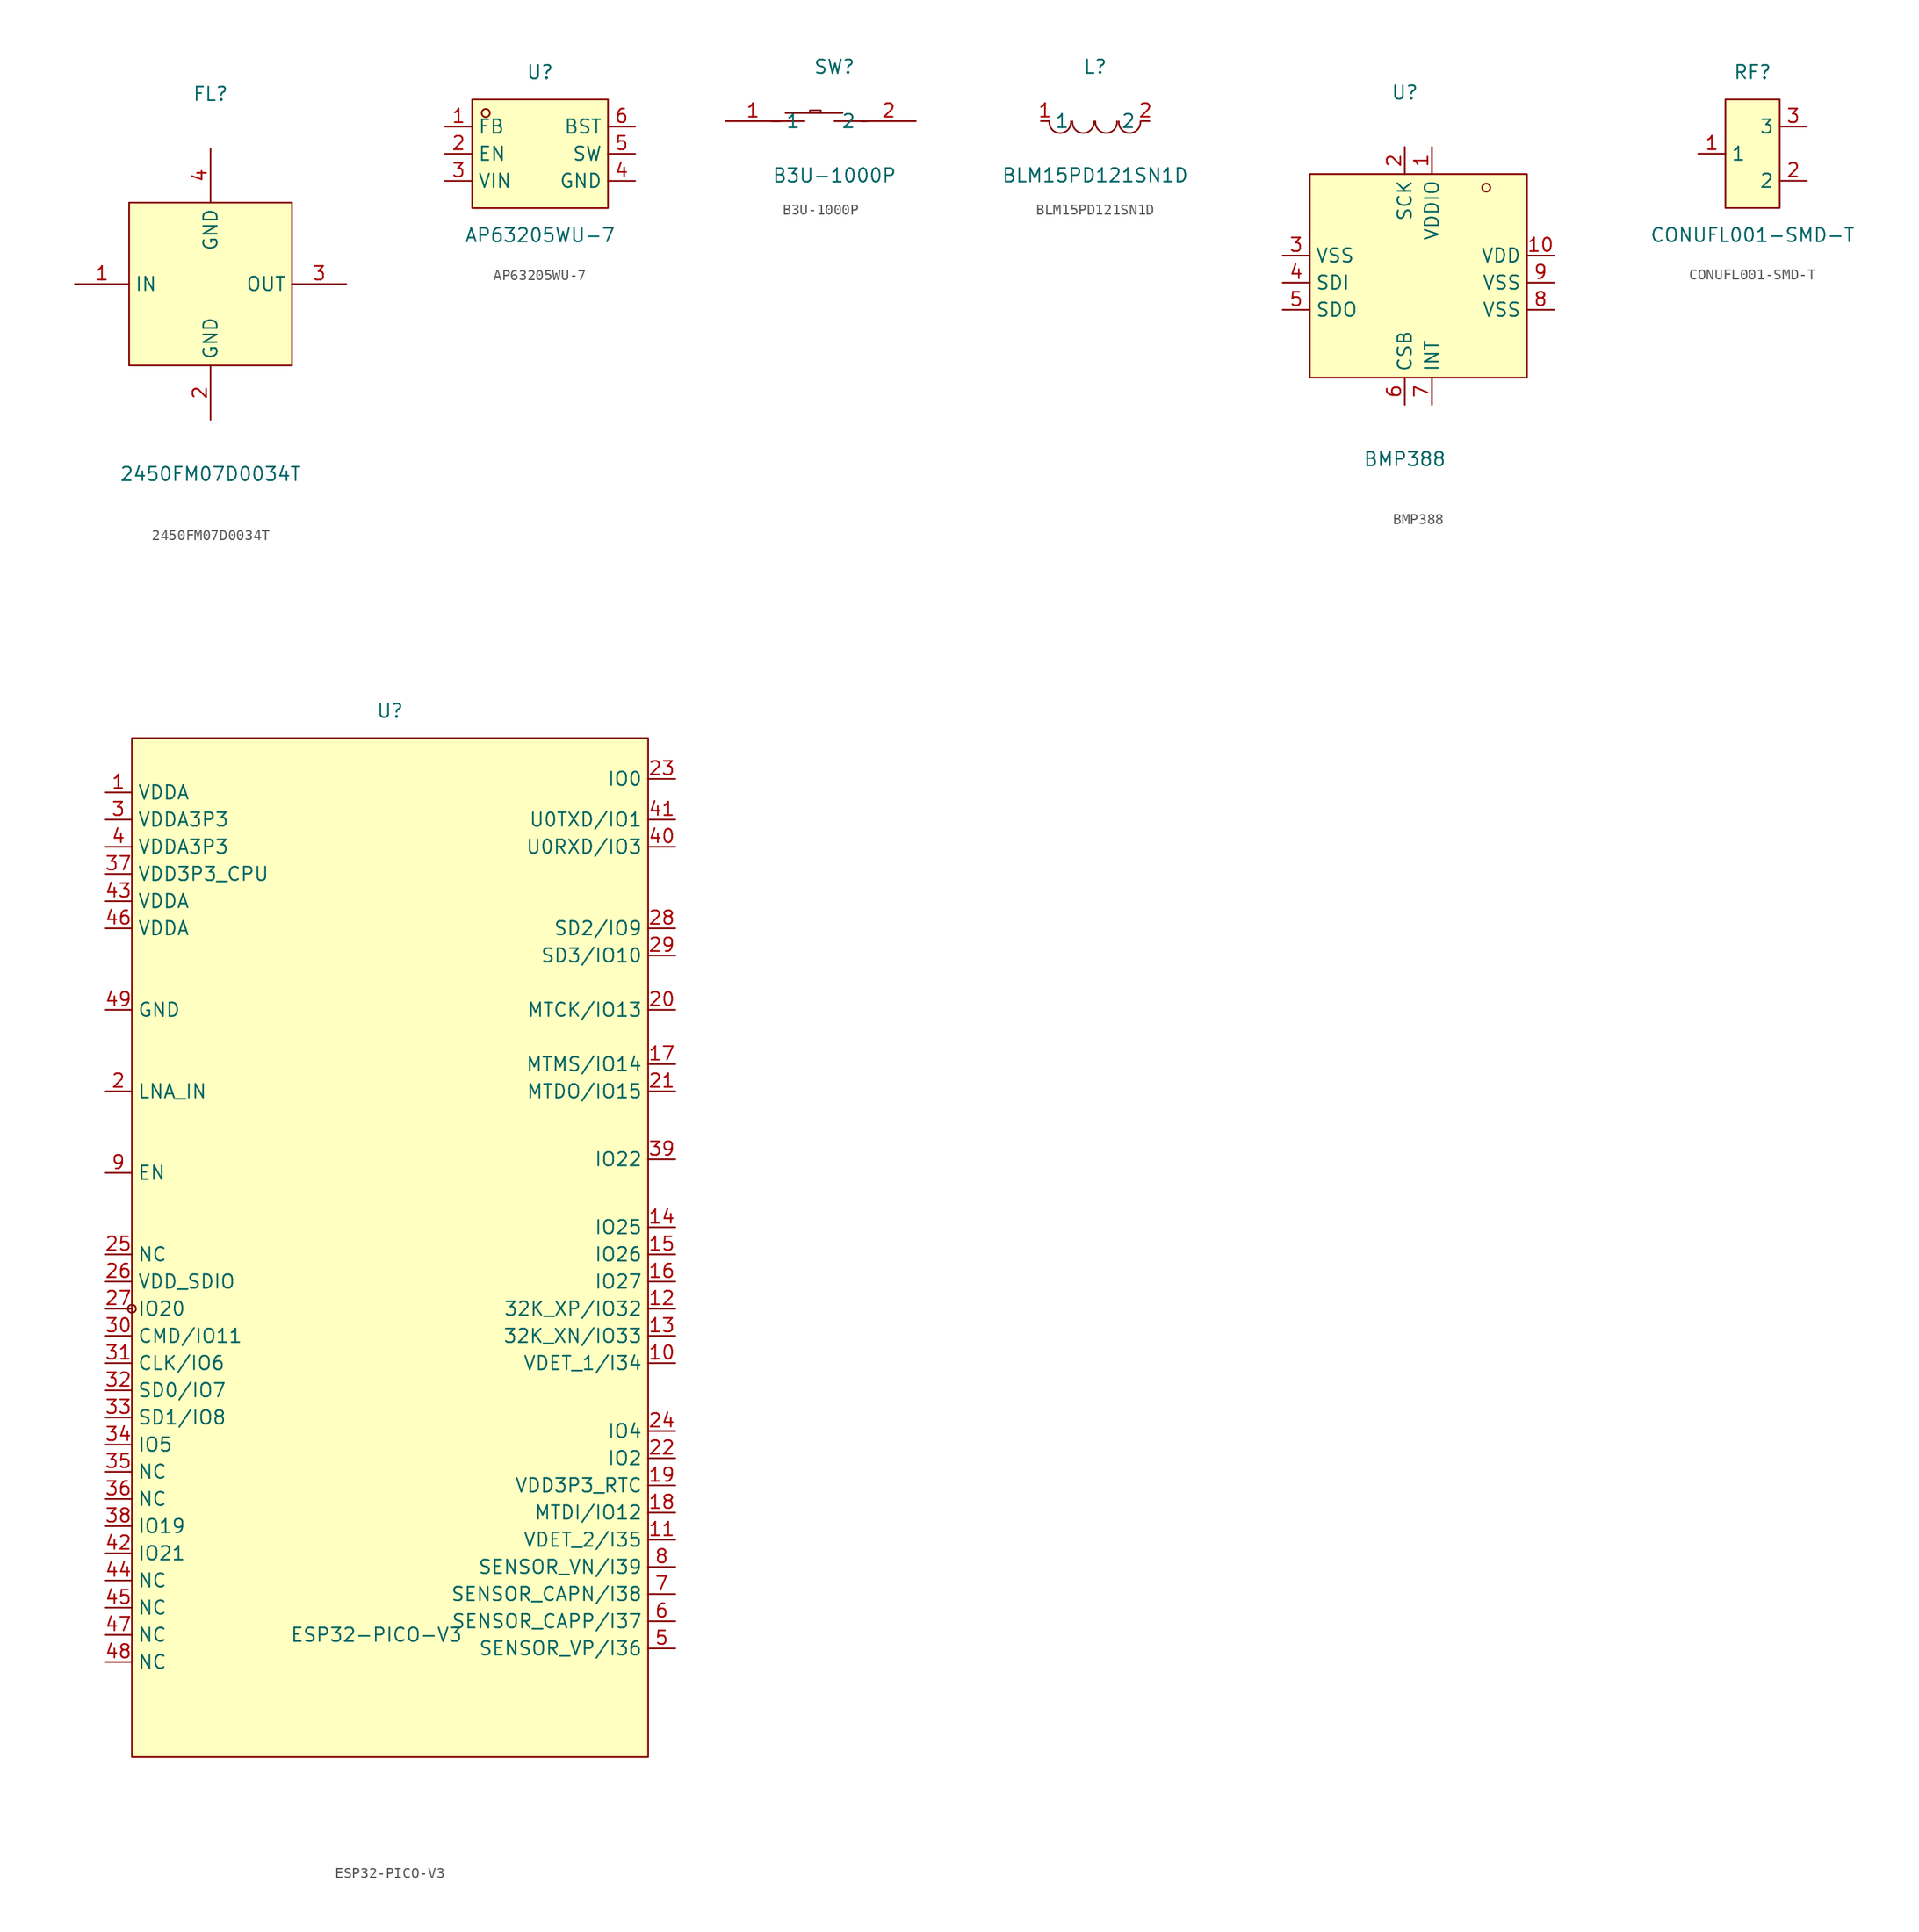
<source format=kicad_sym>
(kicad_symbol_lib
  (version 20241209)
  (generator "kicad_symbol_editor")
  (generator_version "9.0")
  (symbol "2450FM07D0034T"
    (property "Reference" "FL"
      (at 0 17.78 0)
      (effects (font (size 1.27 1.27))))
    (property "Value" "2450FM07D0034T"
      (at 0 -17.78 0)
      (effects (font (size 1.27 1.27))))
    (symbol "2450FM07D0034T_0_1"
      (rectangle (start -7.62 7.62) (end 7.62 -7.62) (stroke (width 0) (type default)) (fill (type background)))
      (pin unspecified line (at -12.7 0 0) (length 5.08) (name "IN" (effects (font (size 1.27 1.27)))) (number "1" (effects (font (size 1.27 1.27)))))
      (pin unspecified line (at 0 12.7 270) (length 5.08) (name "GND" (effects (font (size 1.27 1.27)))) (number "4" (effects (font (size 1.27 1.27)))))
      (pin unspecified line (at 0 -12.7 90) (length 5.08) (name "GND" (effects (font (size 1.27 1.27)))) (number "2" (effects (font (size 1.27 1.27)))))
      (pin unspecified line (at 12.7 0 180) (length 5.08) (name "OUT" (effects (font (size 1.27 1.27)))) (number "3" (effects (font (size 1.27 1.27)))))))
  (symbol "AP63205WU-7"
    (property "Reference" "U"
      (at 0 7.62 0)
      (effects (font (size 1.27 1.27))))
    (property "Value" "AP63205WU-7"
      (at 0 -7.62 0)
      (effects (font (size 1.27 1.27))))
    (symbol "AP63205WU-7_0_1"
      (rectangle (start -6.35 5.08) (end 6.35 -5.08) (stroke (width 0) (type default)) (fill (type background)))
      (circle (center -5.08 3.81) (radius 0.38) (stroke (width 0) (type default)) (fill (type none)))
      (pin unspecified line (at -8.89 2.54 0) (length 2.54) (name "FB" (effects (font (size 1.27 1.27)))) (number "1" (effects (font (size 1.27 1.27)))))
      (pin unspecified line (at -8.89 0 0) (length 2.54) (name "EN" (effects (font (size 1.27 1.27)))) (number "2" (effects (font (size 1.27 1.27)))))
      (pin unspecified line (at -8.89 -2.54 0) (length 2.54) (name "VIN" (effects (font (size 1.27 1.27)))) (number "3" (effects (font (size 1.27 1.27)))))
      (pin unspecified line (at 8.89 2.54 180) (length 2.54) (name "BST" (effects (font (size 1.27 1.27)))) (number "6" (effects (font (size 1.27 1.27)))))
      (pin unspecified line (at 8.89 0 180) (length 2.54) (name "SW" (effects (font (size 1.27 1.27)))) (number "5" (effects (font (size 1.27 1.27)))))
      (pin unspecified line (at 8.89 -2.54 180) (length 2.54) (name "GND" (effects (font (size 1.27 1.27)))) (number "4" (effects (font (size 1.27 1.27)))))))
  (symbol "B3U-1000P"
    (property "Reference" "SW"
      (at 0 5.08 0)
      (effects (font (size 1.27 1.27))))
    (property "Value" "B3U-1000P"
      (at 0 -5.08 0)
      (effects (font (size 1.27 1.27))))
    (symbol "B3U-1000P_0_1"
      (polyline (pts (xy -5.84 0) (xy -2.79 0)) (stroke (width 0) (type default)) (fill (type none)))
      (polyline (pts (xy -4.57 0.76) (xy 0.76 0.76)) (stroke (width 0) (type default)) (fill (type none)))
      (polyline (pts (xy -2.29 0.76) (xy -2.29 1.02) (xy -1.27 1.02) (xy -1.27 0.76)) (stroke (width 0) (type default)) (fill (type none)))
      (polyline (pts (xy 0 0) (xy 3.05 0)) (stroke (width 0) (type default)) (fill (type none)))
      (pin unspecified line (at -10.16 0 0) (length 5.08) (name "1" (effects (font (size 1.27 1.27)))) (number "1" (effects (font (size 1.27 1.27)))))
      (pin unspecified line (at 7.62 0 180) (length 5.08) (name "2" (effects (font (size 1.27 1.27)))) (number "2" (effects (font (size 1.27 1.27)))))))
  (symbol "BLM15PD121SN1D"
    (property "Reference" "L"
      (at 0 5.08 0)
      (effects (font (size 1.27 1.27))))
    (property "Value" "BLM15PD121SN1D"
      (at 0 -5.08 0)
      (effects (font (size 1.27 1.27))))
    (symbol "BLM15PD121SN1D_0_1"
      (arc (start -2.27 -0.02) (mid -3.28 -1.1255) (end -4.29 -0.02) (stroke (width 0) (type default)) (fill (type none)))
      (arc (start -0.11 -0.02) (mid -1.12 -1.1204) (end -2.13 -0.02) (stroke (width 0) (type default)) (fill (type none)))
      (arc (start 2.04 -0.02) (mid 1.03 -1.1204) (end 0.02 -0.02) (stroke (width 0) (type default)) (fill (type none)))
      (arc (start 4.23 -0.02) (mid 3.22 -1.1204) (end 2.21 -0.02) (stroke (width 0) (type default)) (fill (type none)))
      (pin unspecified line (at -5.08 0 0) (length 0.762) (name "1" (effects (font (size 1.27 1.27)))) (number "1" (effects (font (size 1.27 1.27)))))
      (pin unspecified line (at 5.08 0 180) (length 0.762) (name "2" (effects (font (size 1.27 1.27)))) (number "2" (effects (font (size 1.27 1.27)))))))
  (symbol "BMP388"
    (property "Reference" "U"
      (at 0 16.51 0)
      (effects (font (size 1.27 1.27))))
    (property "Value" "BMP388"
      (at 0 -17.78 0)
      (effects (font (size 1.27 1.27))))
    (symbol "BMP388_0_1"
      (rectangle (start -8.89 8.89) (end 11.43 -10.16) (stroke (width 0) (type default)) (fill (type background)))
      (circle (center 7.62 7.62) (radius 0.38) (stroke (width 0) (type default)) (fill (type none)))
      (pin unspecified line (at -11.43 1.27 0) (length 2.54) (name "VSS" (effects (font (size 1.27 1.27)))) (number "3" (effects (font (size 1.27 1.27)))))
      (pin unspecified line (at -11.43 -1.27 0) (length 2.54) (name "SDI" (effects (font (size 1.27 1.27)))) (number "4" (effects (font (size 1.27 1.27)))))
      (pin unspecified line (at -11.43 -3.81 0) (length 2.54) (name "SDO" (effects (font (size 1.27 1.27)))) (number "5" (effects (font (size 1.27 1.27)))))
      (pin unspecified line (at 0 11.43 270) (length 2.54) (name "SCK" (effects (font (size 1.27 1.27)))) (number "2" (effects (font (size 1.27 1.27)))))
      (pin unspecified line (at 0 -12.7 90) (length 2.54) (name "CSB" (effects (font (size 1.27 1.27)))) (number "6" (effects (font (size 1.27 1.27)))))
      (pin unspecified line (at 2.54 11.43 270) (length 2.54) (name "VDDIO" (effects (font (size 1.27 1.27)))) (number "1" (effects (font (size 1.27 1.27)))))
      (pin unspecified line (at 2.54 -12.7 90) (length 2.54) (name "INT" (effects (font (size 1.27 1.27)))) (number "7" (effects (font (size 1.27 1.27)))))
      (pin unspecified line (at 13.97 1.27 180) (length 2.54) (name "VDD" (effects (font (size 1.27 1.27)))) (number "10" (effects (font (size 1.27 1.27)))))
      (pin unspecified line (at 13.97 -1.27 180) (length 2.54) (name "VSS" (effects (font (size 1.27 1.27)))) (number "9" (effects (font (size 1.27 1.27)))))
      (pin unspecified line (at 13.97 -3.81 180) (length 2.54) (name "VSS" (effects (font (size 1.27 1.27)))) (number "8" (effects (font (size 1.27 1.27)))))))
  (symbol "CONUFL001-SMD-T"
    (property "Reference" "RF"
      (at 0 7.62 0)
      (effects (font (size 1.27 1.27))))
    (property "Value" "CONUFL001-SMD-T"
      (at 0 -7.62 0)
      (effects (font (size 1.27 1.27))))
    (symbol "CONUFL001-SMD-T_0_1"
      (rectangle (start -2.54 5.08) (end 2.54 -5.08) (stroke (width 0) (type default)) (fill (type background)))
      (pin unspecified line (at -5.08 0 0) (length 2.54) (name "1" (effects (font (size 1.27 1.27)))) (number "1" (effects (font (size 1.27 1.27)))))
      (pin unspecified line (at 5.08 2.54 180) (length 2.54) (name "3" (effects (font (size 1.27 1.27)))) (number "3" (effects (font (size 1.27 1.27)))))
      (pin unspecified line (at 5.08 -2.54 180) (length 2.54) (name "2" (effects (font (size 1.27 1.27)))) (number "2" (effects (font (size 1.27 1.27)))))))
  (symbol "ESP32-PICO-V3"
    (property "Reference" "U"
      (at 0 35.56 0)
      (effects (font (size 1.27 1.27))))
    (property "Value" "ESP32-PICO-V3"
      (at -1.27 -50.8 0)
      (effects (font (size 1.27 1.27))))
    (symbol "ESP32-PICO-V3_0_1"
      (rectangle (start -24.13 33.02) (end 24.13 -62.23) (stroke (width 0) (type default)) (fill (type background)))
      (circle (center -24.13 -20.32) (radius 0.38) (stroke (width 0) (type default)) (fill (type none)))
      (pin unspecified line (at -26.67 27.94 0) (length 2.54) (name "VDDA" (effects (font (size 1.27 1.27)))) (number "1" (effects (font (size 1.27 1.27)))))
      (pin unspecified line (at -26.67 25.4 0) (length 2.54) (name "VDDA3P3" (effects (font (size 1.27 1.27)))) (number "3" (effects (font (size 1.27 1.27)))))
      (pin unspecified line (at -26.67 22.86 0) (length 2.54) (name "VDDA3P3" (effects (font (size 1.27 1.27)))) (number "4" (effects (font (size 1.27 1.27)))))
      (pin unspecified line (at -26.67 20.32 0) (length 2.54) (name "VDD3P3_CPU" (effects (font (size 1.27 1.27)))) (number "37" (effects (font (size 1.27 1.27)))))
      (pin unspecified line (at -26.67 17.78 0) (length 2.54) (name "VDDA" (effects (font (size 1.27 1.27)))) (number "43" (effects (font (size 1.27 1.27)))))
      (pin unspecified line (at -26.67 15.24 0) (length 2.54) (name "VDDA" (effects (font (size 1.27 1.27)))) (number "46" (effects (font (size 1.27 1.27)))))
      (pin unspecified line (at -26.67 7.62 0) (length 2.54) (name "GND" (effects (font (size 1.27 1.27)))) (number "49" (effects (font (size 1.27 1.27)))))
      (pin unspecified line (at -26.67 0 0) (length 2.54) (name "LNA_IN" (effects (font (size 1.27 1.27)))) (number "2" (effects (font (size 1.27 1.27)))))
      (pin unspecified line (at -26.67 -7.62 0) (length 2.54) (name "EN" (effects (font (size 1.27 1.27)))) (number "9" (effects (font (size 1.27 1.27)))))
      (pin unspecified line (at -26.67 -15.24 0) (length 2.54) (name "NC" (effects (font (size 1.27 1.27)))) (number "25" (effects (font (size 1.27 1.27)))))
      (pin unspecified line (at -26.67 -17.78 0) (length 2.54) (name "VDD_SDIO" (effects (font (size 1.27 1.27)))) (number "26" (effects (font (size 1.27 1.27)))))
      (pin unspecified line (at -26.67 -20.32 0) (length 2.54) (name "IO20" (effects (font (size 1.27 1.27)))) (number "27" (effects (font (size 1.27 1.27)))))
      (pin unspecified line (at -26.67 -22.86 0) (length 2.54) (name "CMD/IO11" (effects (font (size 1.27 1.27)))) (number "30" (effects (font (size 1.27 1.27)))))
      (pin unspecified line (at -26.67 -25.4 0) (length 2.54) (name "CLK/IO6" (effects (font (size 1.27 1.27)))) (number "31" (effects (font (size 1.27 1.27)))))
      (pin unspecified line (at -26.67 -27.94 0) (length 2.54) (name "SD0/IO7" (effects (font (size 1.27 1.27)))) (number "32" (effects (font (size 1.27 1.27)))))
      (pin unspecified line (at -26.67 -30.48 0) (length 2.54) (name "SD1/IO8" (effects (font (size 1.27 1.27)))) (number "33" (effects (font (size 1.27 1.27)))))
      (pin unspecified line (at -26.67 -33.02 0) (length 2.54) (name "IO5" (effects (font (size 1.27 1.27)))) (number "34" (effects (font (size 1.27 1.27)))))
      (pin unspecified line (at -26.67 -35.56 0) (length 2.54) (name "NC" (effects (font (size 1.27 1.27)))) (number "35" (effects (font (size 1.27 1.27)))))
      (pin unspecified line (at -26.67 -38.1 0) (length 2.54) (name "NC" (effects (font (size 1.27 1.27)))) (number "36" (effects (font (size 1.27 1.27)))))
      (pin unspecified line (at -26.67 -40.64 0) (length 2.54) (name "IO19" (effects (font (size 1.27 1.27)))) (number "38" (effects (font (size 1.27 1.27)))))
      (pin unspecified line (at -26.67 -43.18 0) (length 2.54) (name "IO21" (effects (font (size 1.27 1.27)))) (number "42" (effects (font (size 1.27 1.27)))))
      (pin unspecified line (at -26.67 -45.72 0) (length 2.54) (name "NC" (effects (font (size 1.27 1.27)))) (number "44" (effects (font (size 1.27 1.27)))))
      (pin unspecified line (at -26.67 -48.26 0) (length 2.54) (name "NC" (effects (font (size 1.27 1.27)))) (number "45" (effects (font (size 1.27 1.27)))))
      (pin unspecified line (at -26.67 -50.8 0) (length 2.54) (name "NC" (effects (font (size 1.27 1.27)))) (number "47" (effects (font (size 1.27 1.27)))))
      (pin unspecified line (at -26.67 -53.34 0) (length 2.54) (name "NC" (effects (font (size 1.27 1.27)))) (number "48" (effects (font (size 1.27 1.27)))))
      (pin unspecified line (at 26.67 29.21 180) (length 2.54) (name "IO0" (effects (font (size 1.27 1.27)))) (number "23" (effects (font (size 1.27 1.27)))))
      (pin unspecified line (at 26.67 25.4 180) (length 2.54) (name "U0TXD/IO1" (effects (font (size 1.27 1.27)))) (number "41" (effects (font (size 1.27 1.27)))))
      (pin unspecified line (at 26.67 22.86 180) (length 2.54) (name "U0RXD/IO3" (effects (font (size 1.27 1.27)))) (number "40" (effects (font (size 1.27 1.27)))))
      (pin unspecified line (at 26.67 15.24 180) (length 2.54) (name "SD2/IO9" (effects (font (size 1.27 1.27)))) (number "28" (effects (font (size 1.27 1.27)))))
      (pin unspecified line (at 26.67 12.7 180) (length 2.54) (name "SD3/IO10" (effects (font (size 1.27 1.27)))) (number "29" (effects (font (size 1.27 1.27)))))
      (pin unspecified line (at 26.67 7.62 180) (length 2.54) (name "MTCK/IO13" (effects (font (size 1.27 1.27)))) (number "20" (effects (font (size 1.27 1.27)))))
      (pin unspecified line (at 26.67 2.54 180) (length 2.54) (name "MTMS/IO14" (effects (font (size 1.27 1.27)))) (number "17" (effects (font (size 1.27 1.27)))))
      (pin unspecified line (at 26.67 0 180) (length 2.54) (name "MTDO/IO15" (effects (font (size 1.27 1.27)))) (number "21" (effects (font (size 1.27 1.27)))))
      (pin unspecified line (at 26.67 -6.35 180) (length 2.54) (name "IO22" (effects (font (size 1.27 1.27)))) (number "39" (effects (font (size 1.27 1.27)))))
      (pin unspecified line (at 26.67 -12.7 180) (length 2.54) (name "IO25" (effects (font (size 1.27 1.27)))) (number "14" (effects (font (size 1.27 1.27)))))
      (pin unspecified line (at 26.67 -15.24 180) (length 2.54) (name "IO26" (effects (font (size 1.27 1.27)))) (number "15" (effects (font (size 1.27 1.27)))))
      (pin unspecified line (at 26.67 -17.78 180) (length 2.54) (name "IO27" (effects (font (size 1.27 1.27)))) (number "16" (effects (font (size 1.27 1.27)))))
      (pin unspecified line (at 26.67 -20.32 180) (length 2.54) (name "32K_XP/IO32" (effects (font (size 1.27 1.27)))) (number "12" (effects (font (size 1.27 1.27)))))
      (pin unspecified line (at 26.67 -22.86 180) (length 2.54) (name "32K_XN/IO33" (effects (font (size 1.27 1.27)))) (number "13" (effects (font (size 1.27 1.27)))))
      (pin unspecified line (at 26.67 -25.4 180) (length 2.54) (name "VDET_1/I34" (effects (font (size 1.27 1.27)))) (number "10" (effects (font (size 1.27 1.27)))))
      (pin unspecified line (at 26.67 -31.75 180) (length 2.54) (name "IO4" (effects (font (size 1.27 1.27)))) (number "24" (effects (font (size 1.27 1.27)))))
      (pin unspecified line (at 26.67 -34.29 180) (length 2.54) (name "IO2" (effects (font (size 1.27 1.27)))) (number "22" (effects (font (size 1.27 1.27)))))
      (pin unspecified line (at 26.67 -36.83 180) (length 2.54) (name "VDD3P3_RTC" (effects (font (size 1.27 1.27)))) (number "19" (effects (font (size 1.27 1.27)))))
      (pin unspecified line (at 26.67 -39.37 180) (length 2.54) (name "MTDI/IO12" (effects (font (size 1.27 1.27)))) (number "18" (effects (font (size 1.27 1.27)))))
      (pin unspecified line (at 26.67 -41.91 180) (length 2.54) (name "VDET_2/I35" (effects (font (size 1.27 1.27)))) (number "11" (effects (font (size 1.27 1.27)))))
      (pin unspecified line (at 26.67 -44.45 180) (length 2.54) (name "SENSOR_VN/I39" (effects (font (size 1.27 1.27)))) (number "8" (effects (font (size 1.27 1.27)))))
      (pin unspecified line (at 26.67 -46.99 180) (length 2.54) (name "SENSOR_CAPN/I38" (effects (font (size 1.27 1.27)))) (number "7" (effects (font (size 1.27 1.27)))))
      (pin unspecified line (at 26.67 -49.53 180) (length 2.54) (name "SENSOR_CAPP/I37" (effects (font (size 1.27 1.27)))) (number "6" (effects (font (size 1.27 1.27)))))
      (pin unspecified line (at 26.67 -52.07 180) (length 2.54) (name "SENSOR_VP/I36" (effects (font (size 1.27 1.27)))) (number "5" (effects (font (size 1.27 1.27))))))))
</source>
